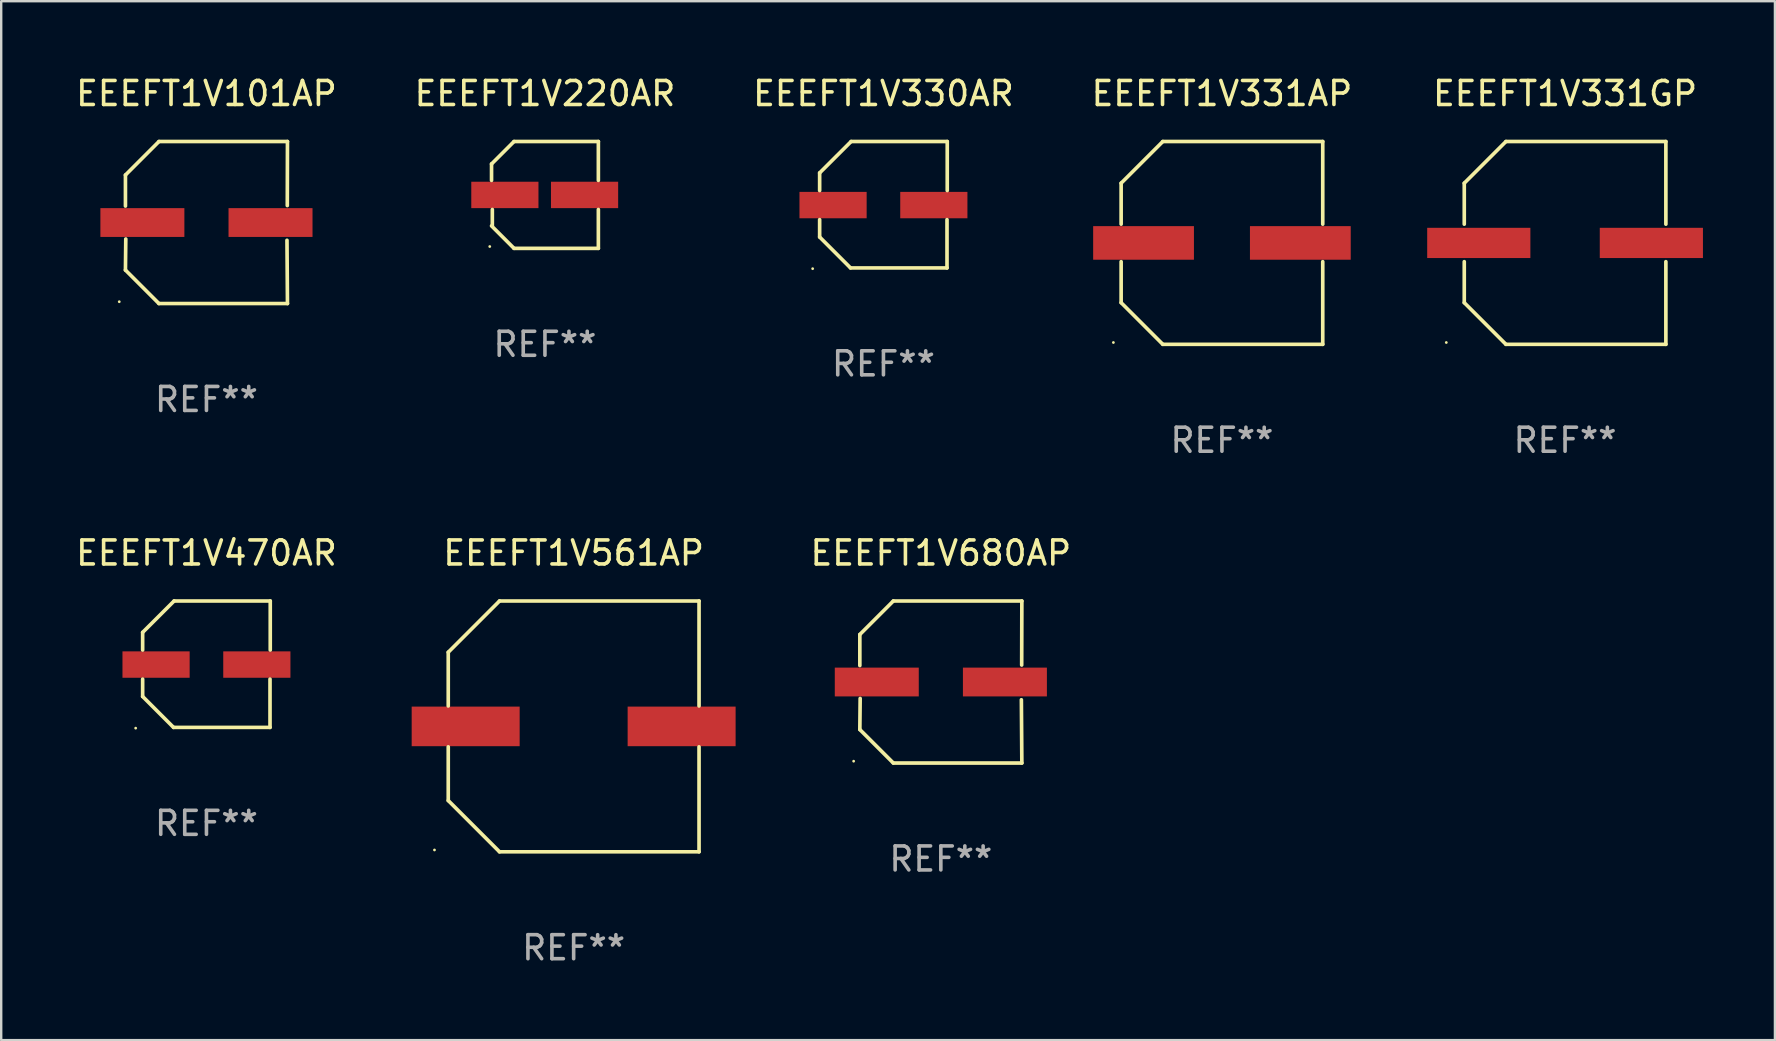
<source format=kicad_pcb>
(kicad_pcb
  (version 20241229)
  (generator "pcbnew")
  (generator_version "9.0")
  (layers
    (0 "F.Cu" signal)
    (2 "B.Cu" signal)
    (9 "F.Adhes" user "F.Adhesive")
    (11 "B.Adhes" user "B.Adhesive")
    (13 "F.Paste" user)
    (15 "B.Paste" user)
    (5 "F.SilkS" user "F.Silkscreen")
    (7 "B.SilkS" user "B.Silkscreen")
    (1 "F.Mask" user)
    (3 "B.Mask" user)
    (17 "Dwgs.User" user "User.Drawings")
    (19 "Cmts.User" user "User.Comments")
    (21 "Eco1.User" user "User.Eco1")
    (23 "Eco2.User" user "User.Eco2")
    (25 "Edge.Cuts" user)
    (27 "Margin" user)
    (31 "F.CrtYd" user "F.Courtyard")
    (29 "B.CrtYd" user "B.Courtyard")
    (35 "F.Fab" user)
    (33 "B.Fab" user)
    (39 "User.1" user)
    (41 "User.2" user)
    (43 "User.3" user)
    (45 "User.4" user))
  (footprint "EEEFT1V330AR"
    (layer "F.Cu")
    (at 33.768 5.482)
    (property "Reference" "EEEFT1V330AR" (at 0 -4.634 0) (layer "F.SilkS") (effects (font (size 1 1) (thickness 0.15))))
    (attr through_hole)
    (fp_line (start -2.659 -1.326) (end -2.659 -0.592) (stroke (width 0.152) (type solid)) (layer "F.SilkS"))
    (fp_line (start -2.659 1.346) (end -2.659 0.622) (stroke (width 0.152) (type solid)) (layer "F.SilkS"))
    (fp_line (start -1.372 2.634) (end -2.659 1.346) (stroke (width 0.152) (type solid)) (layer "F.SilkS"))
    (fp_line (start -1.349 -2.634) (end -2.659 -1.326) (stroke (width 0.152) (type solid)) (layer "F.SilkS"))
    (fp_line (start 2.649 0.622) (end 2.649 2.634) (stroke (width 0.152) (type solid)) (layer "F.SilkS"))
    (fp_line (start 2.649 2.634) (end -1.372 2.634) (stroke (width 0.152) (type solid)) (layer "F.SilkS"))
    (fp_line (start 2.659 -2.634) (end -1.349 -2.634) (stroke (width 0.152) (type solid)) (layer "F.SilkS"))
    (fp_line (start 2.659 -0.592) (end 2.659 -2.634) (stroke (width 0.152) (type solid)) (layer "F.SilkS"))
    (fp_circle (center -2.95 2.665) (end -2.92 2.665) (stroke (width 0.06) (type solid)) (fill no) (layer "F.SilkS"))
    (fp_text user "REF**" (at 0 6.634 0) (layer "F.Fab") (effects (font (size 1 1) (thickness 0.15))))
    (pad "1" smd rect (at -2.1 0.015) (size 2.8 1.1) (layers "F.Cu" "F.Mask" "F.Paste"))
    (pad "2" smd rect (at 2.1 0.015) (size 2.8 1.1) (layers "F.Cu" "F.Mask" "F.Paste")))
  (footprint "EEEFT1V561AP"
    (layer "F.Cu")
    (at 20.857 27.223)
    (property "Reference" "EEEFT1V561AP" (at 0 -7.226 0) (layer "F.SilkS") (effects (font (size 1 1) (thickness 0.15))))
    (attr through_hole)
    (fp_line (start -5.226 -3.09) (end -5.226 -0.852) (stroke (width 0.152) (type solid)) (layer "F.SilkS"))
    (fp_line (start -5.226 3.09) (end -5.226 0.852) (stroke (width 0.152) (type solid)) (layer "F.SilkS"))
    (fp_line (start -3.09 -5.226) (end -5.226 -3.09) (stroke (width 0.152) (type solid)) (layer "F.SilkS"))
    (fp_line (start -3.09 5.226) (end -5.226 3.09) (stroke (width 0.152) (type solid)) (layer "F.SilkS"))
    (fp_line (start 5.226 -5.226) (end -3.09 -5.226) (stroke (width 0.152) (type solid)) (layer "F.SilkS"))
    (fp_line (start 5.226 -0.852) (end 5.226 -5.226) (stroke (width 0.152) (type solid)) (layer "F.SilkS"))
    (fp_line (start 5.226 0.852) (end 5.226 5.226) (stroke (width 0.152) (type solid)) (layer "F.SilkS"))
    (fp_line (start 5.226 5.226) (end -3.09 5.226) (stroke (width 0.152) (type solid)) (layer "F.SilkS"))
    (fp_circle (center -5.8 5.15) (end -5.77 5.15) (stroke (width 0.06) (type solid)) (fill no) (layer "F.SilkS"))
    (fp_text user "REF**" (at 0 9.226 0) (layer "F.Fab") (effects (font (size 1 1) (thickness 0.15))))
    (pad "1" smd rect (at -4.5 0) (size 4.5 1.65) (layers "F.Cu" "F.Mask" "F.Paste"))
    (pad "2" smd rect (at 4.5 0) (size 4.5 1.65) (layers "F.Cu" "F.Mask" "F.Paste")))
  (footprint "EEEFT1V331GP"
    (layer "F.Cu")
    (at 62.175 7.074)
    (property "Reference" "EEEFT1V331GP" (at 0 -6.226 0) (layer "F.SilkS") (effects (font (size 1 1) (thickness 0.15))))
    (attr through_hole)
    (fp_line (start -4.201 -2.49) (end -4.201 -0.782) (stroke (width 0.152) (type solid)) (layer "F.SilkS"))
    (fp_line (start -4.201 2.49) (end -4.201 0.782) (stroke (width 0.152) (type solid)) (layer "F.SilkS"))
    (fp_line (start -2.465 -4.226) (end -4.201 -2.49) (stroke (width 0.152) (type solid)) (layer "F.SilkS"))
    (fp_line (start -2.465 4.226) (end -4.201 2.49) (stroke (width 0.152) (type solid)) (layer "F.SilkS"))
    (fp_line (start 4.201 -4.226) (end -2.465 -4.226) (stroke (width 0.152) (type solid)) (layer "F.SilkS"))
    (fp_line (start 4.201 -0.782) (end 4.201 -4.226) (stroke (width 0.152) (type solid)) (layer "F.SilkS"))
    (fp_line (start 4.201 0.782) (end 4.201 4.226) (stroke (width 0.152) (type solid)) (layer "F.SilkS"))
    (fp_line (start 4.201 4.226) (end -2.465 4.226) (stroke (width 0.152) (type solid)) (layer "F.SilkS"))
    (fp_circle (center -4.95 4.15) (end -4.92 4.15) (stroke (width 0.06) (type solid)) (fill no) (layer "F.SilkS"))
    (fp_text user "REF**" (at 0 8.226 0) (layer "F.Fab") (effects (font (size 1 1) (thickness 0.15))))
    (pad "1" smd rect (at -3.596 0.000025) (size 4.3 1.26) (layers "F.Cu" "F.Mask" "F.Paste"))
    (pad "2" smd rect (at 3.596 0.000025) (size 4.3 1.26) (layers "F.Cu" "F.Mask" "F.Paste")))
  (footprint "EEEFT1V331AP"
    (layer "F.Cu")
    (at 47.875 7.074)
    (property "Reference" "EEEFT1V331AP" (at 0 -6.226 0) (layer "F.SilkS") (effects (font (size 1 1) (thickness 0.15))))
    (attr through_hole)
    (fp_line (start -4.201 -2.49) (end -4.201 -0.782) (stroke (width 0.152) (type solid)) (layer "F.SilkS"))
    (fp_line (start -4.201 2.49) (end -4.201 0.782) (stroke (width 0.152) (type solid)) (layer "F.SilkS"))
    (fp_line (start -2.465 -4.226) (end -4.201 -2.49) (stroke (width 0.152) (type solid)) (layer "F.SilkS"))
    (fp_line (start -2.465 4.226) (end -4.201 2.49) (stroke (width 0.152) (type solid)) (layer "F.SilkS"))
    (fp_line (start 4.201 -4.226) (end -2.465 -4.226) (stroke (width 0.152) (type solid)) (layer "F.SilkS"))
    (fp_line (start 4.201 -0.782) (end 4.201 -4.226) (stroke (width 0.152) (type solid)) (layer "F.SilkS"))
    (fp_line (start 4.201 0.782) (end 4.201 4.226) (stroke (width 0.152) (type solid)) (layer "F.SilkS"))
    (fp_line (start 4.201 4.226) (end -2.465 4.226) (stroke (width 0.152) (type solid)) (layer "F.SilkS"))
    (fp_circle (center -4.524 4.15) (end -4.494 4.15) (stroke (width 0.06) (type solid)) (fill no) (layer "F.SilkS"))
    (fp_text user "REF**" (at 0 8.226 0) (layer "F.Fab") (effects (font (size 1 1) (thickness 0.15))))
    (pad "1" smd rect (at -3.267 0) (size 4.2 1.4) (layers "F.Cu" "F.Mask" "F.Paste"))
    (pad "2" smd rect (at 3.267 0) (size 4.2 1.4) (layers "F.Cu" "F.Mask" "F.Paste")))
  (footprint "EEEFT1V220AR"
    (layer "F.Cu")
    (at 19.661 5.074)
    (property "Reference" "EEEFT1V220AR" (at 0 -4.226 0) (layer "F.SilkS") (effects (font (size 1 1) (thickness 0.15))))
    (attr through_hole)
    (fp_line (start -2.226 -1.29) (end -2.226 -0.607) (stroke (width 0.152) (type solid)) (layer "F.SilkS"))
    (fp_line (start -2.193 1.29) (end -2.193 0.607) (stroke (width 0.152) (type solid)) (layer "F.SilkS"))
    (fp_line (start -1.29 2.226) (end -2.226 1.29) (stroke (width 0.152) (type solid)) (layer "F.SilkS"))
    (fp_line (start -1.29 -2.226) (end -2.226 -1.29) (stroke (width 0.152) (type solid)) (layer "F.SilkS"))
    (fp_line (start 2.226 -2.226) (end -1.29 -2.226) (stroke (width 0.152) (type solid)) (layer "F.SilkS"))
    (fp_line (start 2.226 -0.607) (end 2.226 -2.226) (stroke (width 0.152) (type solid)) (layer "F.SilkS"))
    (fp_line (start 2.226 0.607) (end 2.226 2.226) (stroke (width 0.152) (type solid)) (layer "F.SilkS"))
    (fp_line (start 2.226 2.226) (end -1.29 2.226) (stroke (width 0.152) (type solid)) (layer "F.SilkS"))
    (fp_circle (center -2.3 2.15) (end -2.27 2.15) (stroke (width 0.06) (type solid)) (fill no) (layer "F.SilkS"))
    (fp_text user "REF**" (at 0 6.226 0) (layer "F.Fab") (effects (font (size 1 1) (thickness 0.15))))
    (pad "1" smd rect (at -1.67 -0.000025) (size 2.8 1.1) (layers "F.Cu" "F.Mask" "F.Paste"))
    (pad "2" smd rect (at 1.651 -0.000025) (size 2.8 1.1) (layers "F.Cu" "F.Mask" "F.Paste")))
  (footprint "EEEFT1V680AP"
    (layer "F.Cu")
    (at 36.16 25.373)
    (property "Reference" "EEEFT1V680AP" (at 0 -5.376 0) (layer "F.SilkS") (effects (font (size 1 1) (thickness 0.15))))
    (attr through_hole)
    (fp_line (start -3.376 -1.98) (end -3.376 -0.686) (stroke (width 0.152) (type solid)) (layer "F.SilkS"))
    (fp_line (start -3.376 1.981) (end -3.362 0.686) (stroke (width 0.152) (type solid)) (layer "F.SilkS"))
    (fp_line (start -1.981 3.376) (end -3.376 1.981) (stroke (width 0.152) (type solid)) (layer "F.SilkS"))
    (fp_line (start -1.98 -3.376) (end -3.376 -1.98) (stroke (width 0.152) (type solid)) (layer "F.SilkS"))
    (fp_line (start 3.356 0.74) (end 3.376 3.376) (stroke (width 0.152) (type solid)) (layer "F.SilkS"))
    (fp_line (start 3.369 -0.707) (end 3.376 -3.376) (stroke (width 0.152) (type solid)) (layer "F.SilkS"))
    (fp_line (start 3.376 3.376) (end -1.981 3.376) (stroke (width 0.152) (type solid)) (layer "F.SilkS"))
    (fp_line (start 3.376 -3.376) (end -1.98 -3.376) (stroke (width 0.152) (type solid)) (layer "F.SilkS"))
    (fp_circle (center -3.634 3.3) (end -3.604 3.3) (stroke (width 0.06) (type solid)) (fill no) (layer "F.SilkS"))
    (fp_text user "REF**" (at 0 7.376 0) (layer "F.Fab") (effects (font (size 1 1) (thickness 0.15))))
    (pad "1" smd rect (at -2.67 0.000254) (size 3.5 1.2) (layers "F.Cu" "F.Mask" "F.Paste"))
    (pad "2" smd rect (at 2.67 0.000254) (size 3.5 1.2) (layers "F.Cu" "F.Mask" "F.Paste")))
  (footprint "EEEFT1V101AP"
    (layer "F.Cu")
    (at 5.554 6.224)
    (property "Reference" "EEEFT1V101AP" (at 0 -5.376 0) (layer "F.SilkS") (effects (font (size 1 1) (thickness 0.15))))
    (attr through_hole)
    (fp_line (start -3.376 -1.98) (end -3.376 -0.686) (stroke (width 0.152) (type solid)) (layer "F.SilkS"))
    (fp_line (start -3.376 1.981) (end -3.362 0.686) (stroke (width 0.152) (type solid)) (layer "F.SilkS"))
    (fp_line (start -1.981 3.376) (end -3.376 1.981) (stroke (width 0.152) (type solid)) (layer "F.SilkS"))
    (fp_line (start -1.98 -3.376) (end -3.376 -1.98) (stroke (width 0.152) (type solid)) (layer "F.SilkS"))
    (fp_line (start 3.356 0.74) (end 3.376 3.376) (stroke (width 0.152) (type solid)) (layer "F.SilkS"))
    (fp_line (start 3.369 -0.707) (end 3.376 -3.376) (stroke (width 0.152) (type solid)) (layer "F.SilkS"))
    (fp_line (start 3.376 3.376) (end -1.981 3.376) (stroke (width 0.152) (type solid)) (layer "F.SilkS"))
    (fp_line (start 3.376 -3.376) (end -1.98 -3.376) (stroke (width 0.152) (type solid)) (layer "F.SilkS"))
    (fp_circle (center -3.634 3.3) (end -3.604 3.3) (stroke (width 0.06) (type solid)) (fill no) (layer "F.SilkS"))
    (fp_text user "REF**" (at 0 7.376 0) (layer "F.Fab") (effects (font (size 1 1) (thickness 0.15))))
    (pad "1" smd rect (at -2.67 0.000254) (size 3.5 1.2) (layers "F.Cu" "F.Mask" "F.Paste"))
    (pad "2" smd rect (at 2.67 0.000254) (size 3.5 1.2) (layers "F.Cu" "F.Mask" "F.Paste")))
  (footprint "EEEFT1V470AR"
    (layer "F.Cu")
    (at 5.554 24.631)
    (property "Reference" "EEEFT1V470AR" (at 0 -4.634 0) (layer "F.SilkS") (effects (font (size 1 1) (thickness 0.15))))
    (attr through_hole)
    (fp_line (start -2.659 -1.326) (end -2.659 -0.592) (stroke (width 0.152) (type solid)) (layer "F.SilkS"))
    (fp_line (start -2.659 1.346) (end -2.659 0.622) (stroke (width 0.152) (type solid)) (layer "F.SilkS"))
    (fp_line (start -1.372 2.634) (end -2.659 1.346) (stroke (width 0.152) (type solid)) (layer "F.SilkS"))
    (fp_line (start -1.349 -2.634) (end -2.659 -1.326) (stroke (width 0.152) (type solid)) (layer "F.SilkS"))
    (fp_line (start 2.649 0.622) (end 2.649 2.634) (stroke (width 0.152) (type solid)) (layer "F.SilkS"))
    (fp_line (start 2.649 2.634) (end -1.372 2.634) (stroke (width 0.152) (type solid)) (layer "F.SilkS"))
    (fp_line (start 2.659 -2.634) (end -1.349 -2.634) (stroke (width 0.152) (type solid)) (layer "F.SilkS"))
    (fp_line (start 2.659 -0.592) (end 2.659 -2.634) (stroke (width 0.152) (type solid)) (layer "F.SilkS"))
    (fp_circle (center -2.95 2.665) (end -2.92 2.665) (stroke (width 0.06) (type solid)) (fill no) (layer "F.SilkS"))
    (fp_text user "REF**" (at 0 6.634 0) (layer "F.Fab") (effects (font (size 1 1) (thickness 0.15))))
    (pad "1" smd rect (at -2.1 0.015) (size 2.8 1.1) (layers "F.Cu" "F.Mask" "F.Paste"))
    (pad "2" smd rect (at 2.1 0.015) (size 2.8 1.1) (layers "F.Cu" "F.Mask" "F.Paste")))
  (gr_rect
    (start -3 -3)
    (end 70.921 40.298)
    (stroke (width 0.1) (type default))
    (fill no)
    (layer "Edge.Cuts")))
</source>
